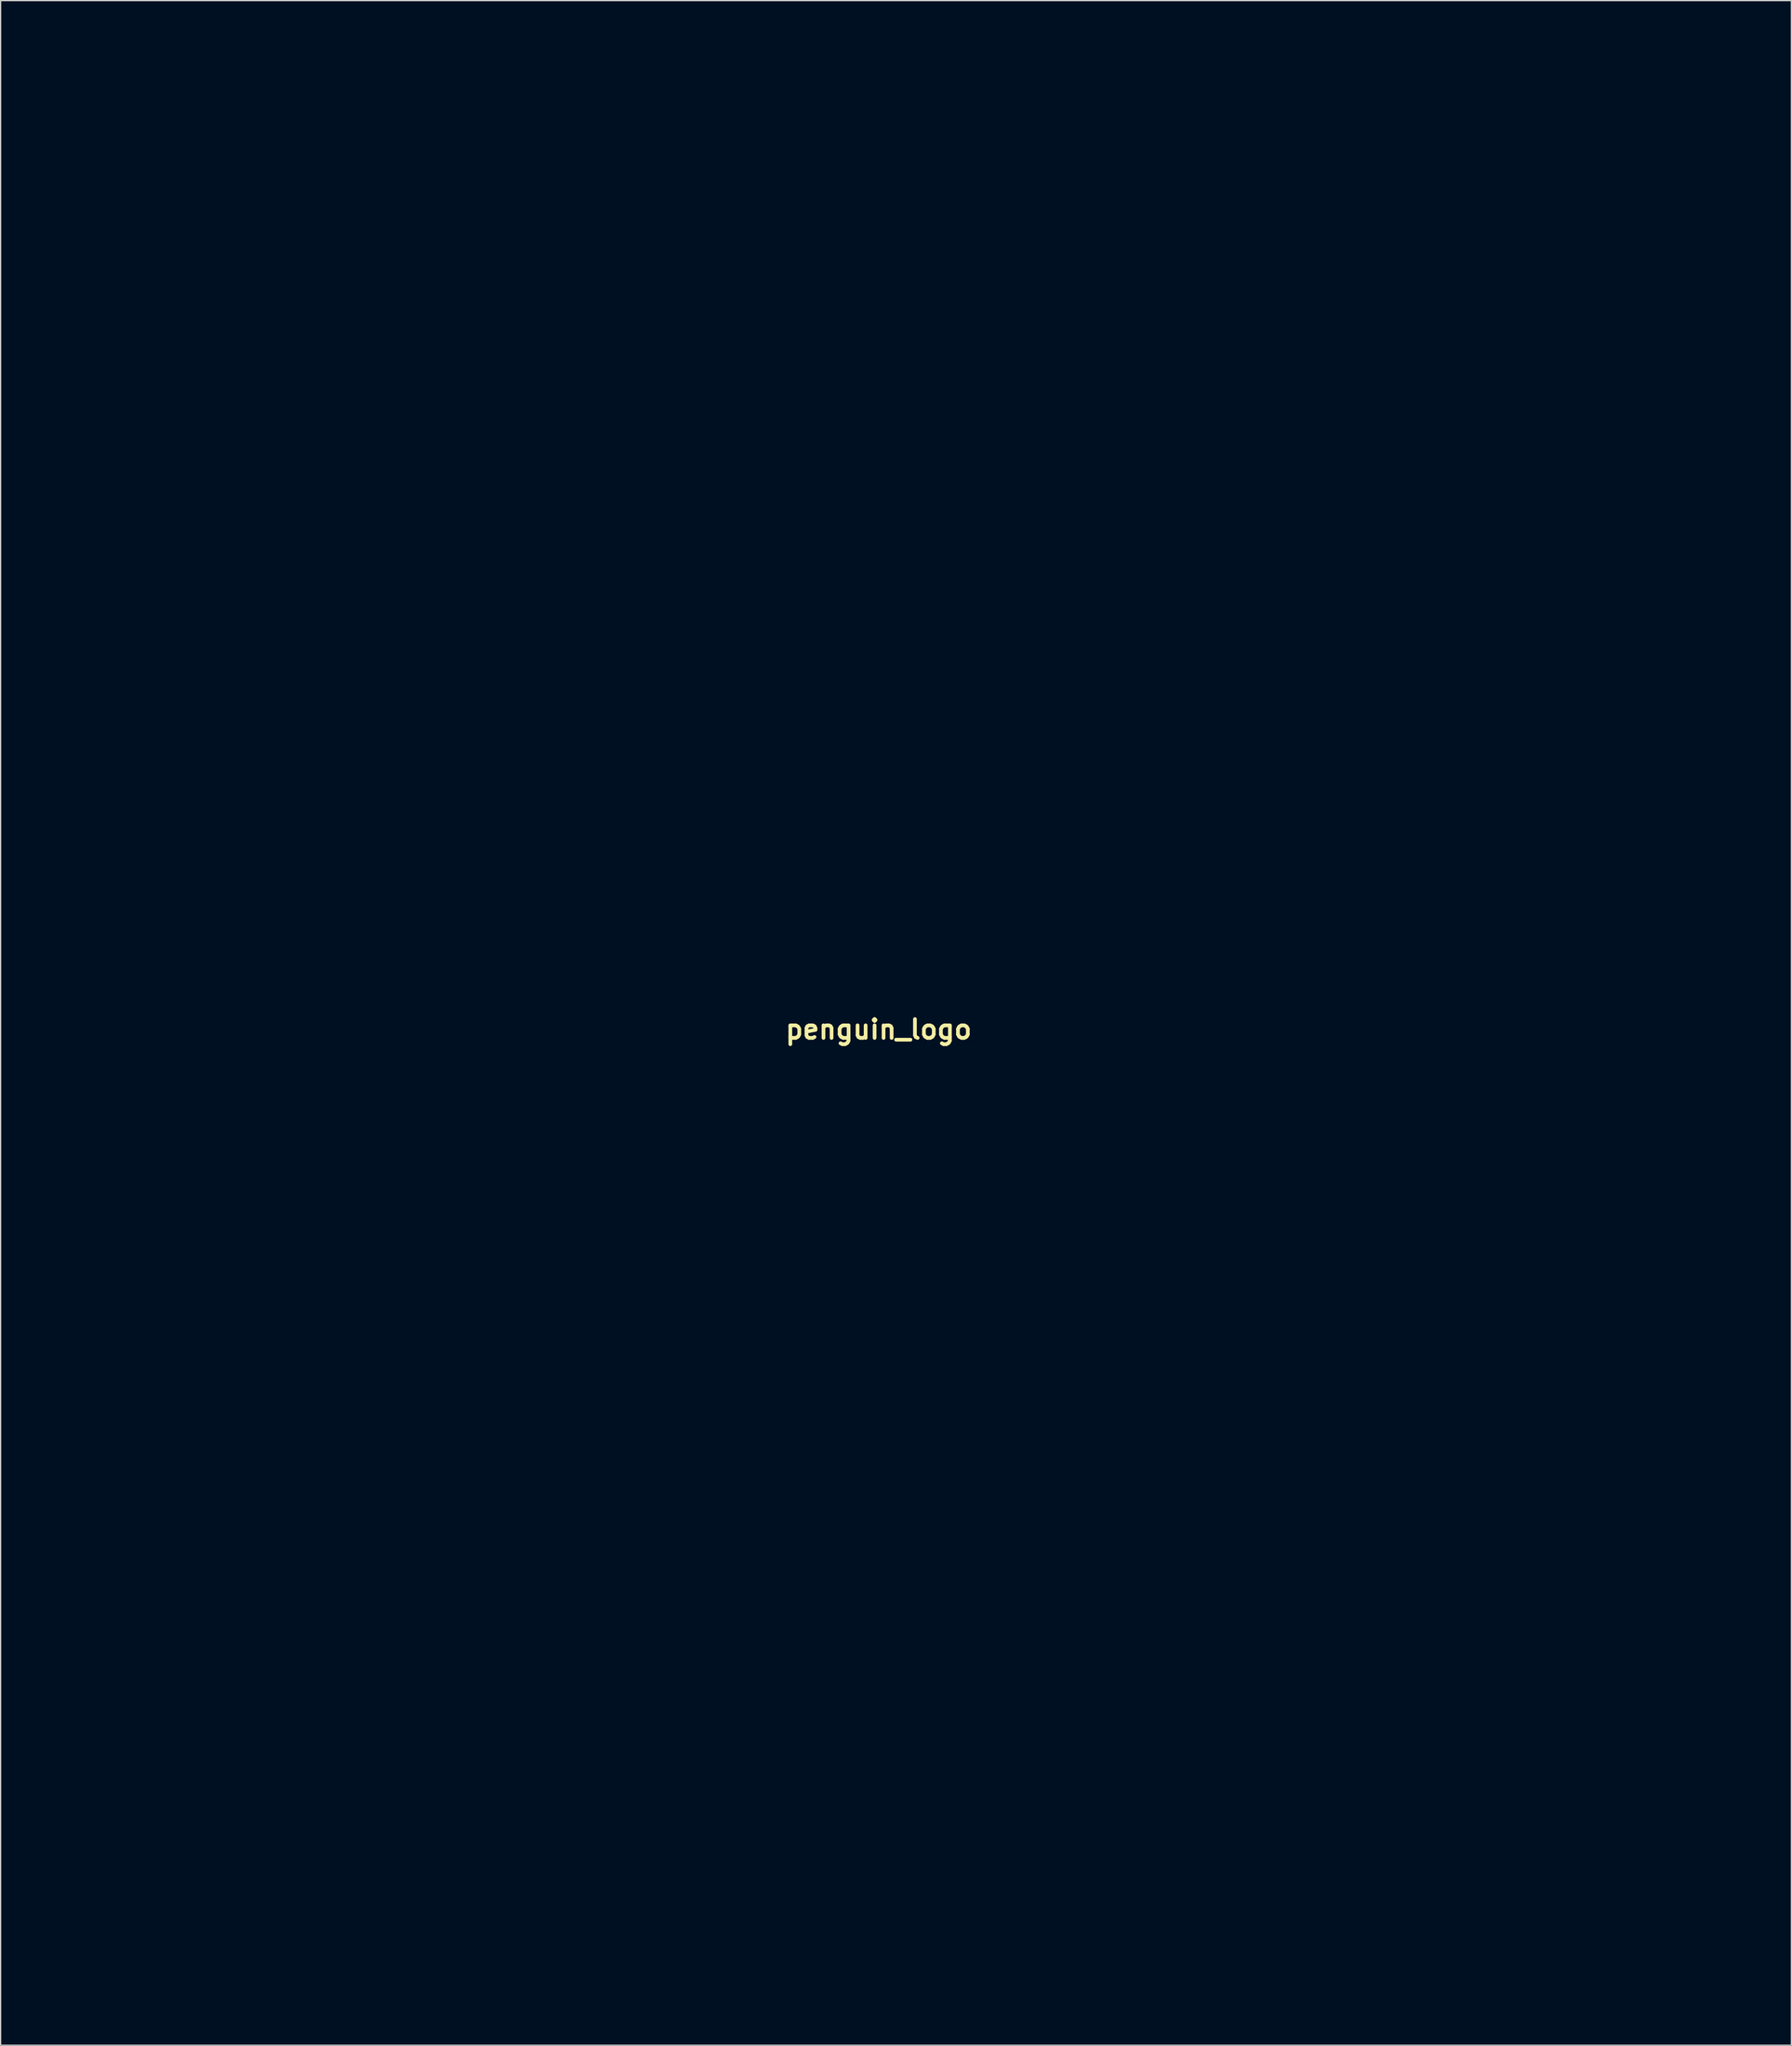
<source format=kicad_pcb>
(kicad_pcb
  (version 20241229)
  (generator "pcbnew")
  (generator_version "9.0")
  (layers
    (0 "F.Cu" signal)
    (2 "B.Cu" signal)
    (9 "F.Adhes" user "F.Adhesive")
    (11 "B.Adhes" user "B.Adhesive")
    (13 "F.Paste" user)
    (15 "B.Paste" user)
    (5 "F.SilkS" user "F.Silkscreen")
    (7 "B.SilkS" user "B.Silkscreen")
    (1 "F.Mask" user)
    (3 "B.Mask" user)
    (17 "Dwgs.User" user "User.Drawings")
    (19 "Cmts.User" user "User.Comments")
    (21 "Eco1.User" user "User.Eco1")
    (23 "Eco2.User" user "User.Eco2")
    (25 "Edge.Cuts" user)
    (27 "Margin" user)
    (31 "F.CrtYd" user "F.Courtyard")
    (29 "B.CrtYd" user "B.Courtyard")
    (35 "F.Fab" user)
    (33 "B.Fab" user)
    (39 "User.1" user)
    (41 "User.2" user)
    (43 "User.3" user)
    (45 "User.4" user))
  (footprint "penguin_logo"
    (layer "F.Cu")
    (at 68.073 80.269)
    (property "Reference" "penguin_logo" (at 0 0 0) (layer "F.SilkS") (effects (font (size 1.524 1.524) (thickness 0.3))))
    (attr through_hole)
    (fp_poly (pts (xy 1.72 -33.001) (xy 3.525 -32.271) (xy 4.666 -31.398) (xy 5.224 -30.496) (xy 5.579 -29.174) (xy 5.701 -27.697) (xy 5.559 -26.329) (xy 5.324 -25.649) (xy 4.26 -24.269) (xy 2.765 -23.361) (xy 0.963 -22.963) (xy -1.022 -23.113) (xy -2.073 -23.415) (xy -3.363 -24.089) (xy -4.156 -25.066) (xy -4.53 -26.475) (xy -4.586 -27.59) (xy -4.433 -29.286) (xy 1.411 -29.286) (xy 1.659 -28.377) (xy 2.269 -27.913) (xy 3.042 -27.991) (xy 3.457 -28.293) (xy 3.857 -29.076) (xy 3.722 -29.86) (xy 3.178 -30.431) (xy 2.355 -30.573) (xy 2.134 -30.521) (xy 1.553 -30.052) (xy 1.411 -29.286) (xy -4.433 -29.286) (xy -4.416 -29.471) (xy -3.855 -30.868) (xy -2.824 -31.927) (xy -2.029 -32.419) (xy -0.157 -33.055) (xy 1.72 -33.001)) (stroke (width 0.01) (type solid)) (fill no) (layer "Eco2.User"))
    (fp_poly (pts (xy -37.528 -35.881) (xy -36.637 -35.473) (xy -35.856 -34.818) (xy -34.728 -33.402) (xy -34.266 -31.948) (xy -34.477 -30.524) (xy -35.18 -29.401) (xy -36.578 -28.267) (xy -38.185 -27.728) (xy -39.848 -27.821) (xy -40.495 -28.045) (xy -41.744 -28.725) (xy -42.48 -29.546) (xy -42.843 -30.72) (xy -42.942 -31.705) (xy -42.944 -31.993) (xy -38.714 -31.993) (xy -38.12 -31.312) (xy -38.022 -31.241) (xy -37.264 -30.785) (xy -36.749 -30.787) (xy -36.185 -31.246) (xy -35.677 -32.158) (xy -35.848 -33.106) (xy -36.282 -33.641) (xy -36.774 -34.004) (xy -37.214 -33.956) (xy -37.869 -33.494) (xy -38.632 -32.696) (xy -38.714 -31.993) (xy -42.944 -31.993) (xy -42.952 -33.03) (xy -42.759 -33.898) (xy -42.418 -34.432) (xy -41.266 -35.418) (xy -39.865 -35.899) (xy -38.677 -35.983) (xy -37.528 -35.881)) (stroke (width 0.01) (type solid)) (fill no) (layer "Eco2.User"))
    (fp_poly (pts (xy -1.508 -80.259) (xy 0.767 -80.232) (xy 2.895 -80.184) (xy 4.752 -80.115) (xy 6.218 -80.025) (xy 7.172 -79.916) (xy 7.442 -79.844) (xy 8.555 -79.378) (xy 9.901 -78.92) (xy 11.218 -78.546) (xy 12.247 -78.337) (xy 12.516 -78.317) (xy 13.28 -78.186) (xy 13.6 -78.019) (xy 14.084 -77.756) (xy 15.032 -77.356) (xy 16.228 -76.908) (xy 18.76 -75.87) (xy 21.458 -74.527) (xy 24.015 -73.041) (xy 25.753 -71.859) (xy 27.393 -70.519) (xy 29.225 -68.823) (xy 31.137 -66.896) (xy 33.013 -64.864) (xy 34.741 -62.852) (xy 36.205 -60.984) (xy 37.293 -59.388) (xy 37.628 -58.792) (xy 38.066 -58) (xy 38.388 -57.527) (xy 38.414 -57.503) (xy 38.825 -56.966) (xy 39.423 -55.941) (xy 40.126 -54.592) (xy 40.852 -53.085) (xy 41.519 -51.583) (xy 42.045 -50.251) (xy 42.101 -50.094) (xy 42.851 -47.402) (xy 43.464 -44.062) (xy 43.935 -40.119) (xy 44.26 -35.62) (xy 44.433 -30.609) (xy 44.462 -27.164) (xy 44.466 -24.309) (xy 44.488 -22.037) (xy 44.541 -20.222) (xy 44.635 -18.743) (xy 44.781 -17.474) (xy 44.99 -16.293) (xy 45.272 -15.076) (xy 45.638 -13.7) (xy 45.646 -13.67) (xy 46.452 -11.24) (xy 47.606 -8.441) (xy 49.019 -5.459) (xy 50.601 -2.479) (xy 52.265 0.315) (xy 52.777 1.106) (xy 53.504 2.231) (xy 54.048 3.126) (xy 54.315 3.634) (xy 54.328 3.683) (xy 54.471 4.201) (xy 54.825 5.029) (xy 55.273 5.933) (xy 55.7 6.684) (xy 55.99 7.048) (xy 56.014 7.056) (xy 56.308 7.347) (xy 56.692 8.062) (xy 56.753 8.202) (xy 57.162 9.144) (xy 57.732 10.415) (xy 58.213 11.465) (xy 59.441 14.553) (xy 60.476 18.003) (xy 61.227 21.48) (xy 61.523 23.636) (xy 61.626 24.582) (xy 61.703 25.15) (xy 61.722 25.224) (xy 61.753 25.554) (xy 61.807 26.454) (xy 61.876 27.79) (xy 61.954 29.428) (xy 61.96 29.561) (xy 62.051 31.387) (xy 62.149 32.656) (xy 62.288 33.517) (xy 62.502 34.116) (xy 62.823 34.604) (xy 63.197 35.029) (xy 64.03 36.031) (xy 64.927 37.245) (xy 65.266 37.747) (xy 66.215 38.908) (xy 67.418 39.998) (xy 67.933 40.36) (xy 69.446 41.692) (xy 70.434 43.385) (xy 70.882 45.314) (xy 70.777 47.352) (xy 70.104 49.374) (xy 69.153 50.886) (xy 67.668 52.415) (xy 65.652 53.976) (xy 63.267 55.469) (xy 60.674 56.794) (xy 58.036 57.852) (xy 57.48 58.035) (xy 56.07 58.492) (xy 54.877 58.9) (xy 54.094 59.195) (xy 53.944 59.263) (xy 53.342 59.452) (xy 52.254 59.689) (xy 50.892 59.93) (xy 50.593 59.976) (xy 49.266 60.2) (xy 48.233 60.42) (xy 47.671 60.595) (xy 47.625 60.628) (xy 47.259 60.957) (xy 46.523 61.537) (xy 46.038 61.902) (xy 45.101 62.617) (xy 44.349 63.231) (xy 44.132 63.428) (xy 42.988 64.396) (xy 41.468 65.493) (xy 39.832 66.544) (xy 38.34 67.375) (xy 37.922 67.573) (xy 36.846 68.109) (xy 36.039 68.622) (xy 35.745 68.906) (xy 35.401 69.355) (xy 34.685 70.197) (xy 33.705 71.308) (xy 32.674 72.449) (xy 31.295 73.909) (xy 30.152 74.967) (xy 29.049 75.781) (xy 27.788 76.504) (xy 27.03 76.884) (xy 24.845 77.88) (xy 22.991 78.548) (xy 21.209 78.953) (xy 19.247 79.162) (xy 17.992 79.217) (xy 15.991 79.202) (xy 14.464 79.007) (xy 13.406 78.691) (xy 12.32 78.265) (xy 11.431 77.905) (xy 11.187 77.802) (xy 10.671 77.736) (xy 9.553 77.699) (xy 7.94 77.69) (xy 5.934 77.709) (xy 3.64 77.757) (xy 1.839 77.809) (xy -0.581 77.883) (xy -2.771 77.941) (xy -4.632 77.981) (xy -6.062 78.001) (xy -6.964 78) (xy -7.232 77.983) (xy -7.747 77.91) (xy -8.742 77.826) (xy -9.878 77.756) (xy -12.595 77.576) (xy -14.837 77.342) (xy -16.512 77.066) (xy -17.11 76.915) (xy -21.754 75.463) (xy -25.72 74.13) (xy -29.025 72.91) (xy -31.685 71.795) (xy -33.717 70.779) (xy -35.136 69.856) (xy -35.496 69.549) (xy -36.076 69.093) (xy -36.481 69.128) (xy -36.787 69.393) (xy -37.837 70.03) (xy -39.395 70.454) (xy -41.294 70.654) (xy -43.366 70.623) (xy -45.444 70.349) (xy -46.919 69.975) (xy -48.187 69.513) (xy -49.749 68.857) (xy -51.481 68.07) (xy -53.259 67.213) (xy -54.958 66.35) (xy -56.454 65.542) (xy -57.624 64.853) (xy -58.342 64.344) (xy -58.502 64.156) (xy -58.908 63.875) (xy -59.092 63.853) (xy -59.58 63.601) (xy -60.395 62.931) (xy -61.42 61.967) (xy -62.533 60.835) (xy -63.616 59.66) (xy -64.547 58.569) (xy -65.207 57.686) (xy -65.472 57.169) (xy -65.748 56.221) (xy -65.991 55.655) (xy -66.155 55.04) (xy -62.546 55.04) (xy -62.035 56.271) (xy -60.941 57.65) (xy -59.707 58.831) (xy -56.327 61.5) (xy -52.765 63.647) (xy -49.212 65.253) (xy -48.435 65.561) (xy -47.381 65.978) (xy -47.096 66.09) (xy -45.981 66.483) (xy -44.984 66.756) (xy -44.803 66.79) (xy -43.802 66.898) (xy -42.562 66.96) (xy -41.296 66.976) (xy -40.215 66.944) (xy -39.533 66.864) (xy -39.415 66.814) (xy -39.556 66.495) (xy -40.103 65.817) (xy -40.945 64.897) (xy -41.967 63.854) (xy -43.058 62.807) (xy -44.103 61.877) (xy -45.997 60.065) (xy -48.034 57.753) (xy -50.099 55.096) (xy -52.075 52.25) (xy -53.848 49.371) (xy -55.03 47.171) (xy -55.569 46.418) (xy -56.076 46.269) (xy -56.511 46.624) (xy -56.835 47.381) (xy -57.009 48.439) (xy -56.993 49.697) (xy -56.747 51.055) (xy -56.661 51.35) (xy -56.339 52.942) (xy -56.513 54.039) (xy -57.156 54.622) (xy -58.245 54.671) (xy -59.752 54.168) (xy -60.149 53.975) (xy -61.308 53.446) (xy -62.015 53.312) (xy -62.396 53.569) (xy -62.516 53.887) (xy -62.546 55.04) (xy -66.155 55.04) (xy -66.278 54.579) (xy -66.275 53.165) (xy -65.999 51.715) (xy -65.714 50.96) (xy -65.325 50.221) (xy -64.92 49.857) (xy -64.261 49.757) (xy -63.248 49.802) (xy -62.04 49.818) (xy -61.372 49.591) (xy -61.087 48.993) (xy -61.031 47.998) (xy -60.783 46.976) (xy -60.13 45.722) (xy -59.207 44.456) (xy -58.278 43.507) (xy -57.749 43.011) (xy -57.568 42.577) (xy -57.7 41.942) (xy -57.974 41.202) (xy -58.333 40.11) (xy -58.51 39.321) (xy -54.39 39.321) (xy -54.13 40.376) (xy -54.096 40.481) (xy -53.585 41.94) (xy -52.979 43.487) (xy -52.349 44.959) (xy -51.768 46.194) (xy -51.306 47.028) (xy -51.112 47.272) (xy -50.846 47.716) (xy -50.647 48.242) (xy -50.334 48.858) (xy -50.071 49.036) (xy -49.755 49.309) (xy -49.742 49.417) (xy -49.504 50.117) (xy -48.839 51.223) (xy -47.818 52.639) (xy -46.515 54.274) (xy -45.002 56.035) (xy -43.35 57.828) (xy -42.673 58.527) (xy -41.061 60.068) (xy -39.193 61.697) (xy -37.22 63.296) (xy -35.296 64.745) (xy -33.572 65.924) (xy -32.279 66.675) (xy -31.847 66.941) (xy -30.984 67.508) (xy -29.84 68.275) (xy -29.208 68.703) (xy -27.988 69.513) (xy -26.975 70.143) (xy -26.318 70.504) (xy -26.166 70.556) (xy -25.691 70.716) (xy -24.843 71.124) (xy -24.298 71.417) (xy -22.983 72.043) (xy -21.568 72.562) (xy -21.167 72.674) (xy -19.903 72.991) (xy -18.379 73.376) (xy -17.462 73.608) (xy -15.949 73.963) (xy -14.379 74.286) (xy -13.582 74.427) (xy -12.817 74.493) (xy -11.519 74.545) (xy -9.799 74.583) (xy -7.767 74.607) (xy -5.533 74.619) (xy -3.208 74.617) (xy -0.9 74.604) (xy 1.279 74.579) (xy 3.221 74.542) (xy 4.814 74.495) (xy 5.948 74.437) (xy 6.514 74.368) (xy 6.554 74.35) (xy 6.474 73.993) (xy 6.139 73.197) (xy 5.636 72.139) (xy 5.052 70.995) (xy 4.478 69.942) (xy 4 69.156) (xy 3.859 68.959) (xy 3.36 68.012) (xy 2.93 66.658) (xy 2.642 65.197) (xy 2.626 64.933) (xy 5.979 64.933) (xy 6.091 65.78) (xy 6.601 66.89) (xy 7.442 68.304) (xy 8.469 69.811) (xy 9.535 71.194) (xy 10.462 72.208) (xy 11.173 72.988) (xy 11.593 73.65) (xy 11.642 73.842) (xy 11.933 74.368) (xy 12.259 74.548) (xy 12.992 74.797) (xy 13.996 75.157) (xy 14.173 75.223) (xy 15.828 75.612) (xy 17.833 75.761) (xy 19.872 75.666) (xy 21.631 75.325) (xy 21.776 75.279) (xy 23.765 74.568) (xy 25.348 73.868) (xy 26.709 73.059) (xy 28.03 72.022) (xy 29.496 70.635) (xy 30.601 69.502) (xy 31.684 68.333) (xy 32.347 67.485) (xy 32.687 66.797) (xy 32.801 66.111) (xy 32.806 65.888) (xy 32.957 64.874) (xy 33.469 63.793) (xy 34.22 62.713) (xy 35.631 60.854) (xy 34.741 60.742) (xy 33.858 60.851) (xy 32.835 61.264) (xy 32.671 61.359) (xy 31.761 61.835) (xy 31.019 62.08) (xy 30.915 62.089) (xy 30.071 61.775) (xy 29.36 60.983) (xy 28.961 59.941) (xy 28.928 59.556) (xy 28.671 58.435) (xy 28.003 57.118) (xy 27.076 55.833) (xy 26.042 54.808) (xy 25.527 54.462) (xy 24.652 54.08) (xy 23.912 54.102) (xy 23.311 54.317) (xy 22.249 54.993) (xy 21.055 56.117) (xy 19.9 57.498) (xy 18.953 58.947) (xy 18.662 59.52) (xy 17.875 60.738) (xy 16.94 61.271) (xy 15.868 61.115) (xy 15.405 60.861) (xy 14.615 60.101) (xy 14.154 59.332) (xy 13.383 57.947) (xy 12.362 56.992) (xy 11.227 56.567) (xy 10.482 56.626) (xy 8.961 57.221) (xy 7.768 58.011) (xy 7.087 58.871) (xy 7.076 58.899) (xy 6.621 60.319) (xy 6.265 61.948) (xy 6.04 63.56) (xy 5.979 64.933) (xy 2.626 64.933) (xy 2.568 63.928) (xy 2.586 63.713) (xy 3.004 60.98) (xy 3.532 58.84) (xy 4.233 57.181) (xy 5.164 55.894) (xy 6.386 54.866) (xy 7.761 54.082) (xy 8.997 53.518) (xy 10.066 53.109) (xy 10.744 52.939) (xy 10.76 52.939) (xy 11.674 53.117) (xy 12.883 53.592) (xy 14.129 54.236) (xy 15.151 54.917) (xy 15.618 55.378) (xy 15.946 55.798) (xy 16.231 55.864) (xy 16.626 55.508) (xy 17.284 54.66) (xy 17.322 54.611) (xy 18.492 53.279) (xy 19.774 52.178) (xy 21.002 51.429) (xy 22.012 51.153) (xy 22.422 51.109) (xy 22.689 50.886) (xy 22.861 50.344) (xy 22.992 49.343) (xy 23.093 48.197) (xy 23.182 46.556) (xy 23.188 44.941) (xy 23.114 43.665) (xy 23.095 43.523) (xy 22.892 42.286) (xy 22.615 40.85) (xy 22.306 39.405) (xy 22.008 38.144) (xy 21.763 37.256) (xy 21.649 36.966) (xy 21.331 37.026) (xy 20.719 37.498) (xy 20.351 37.857) (xy 19.559 38.59) (xy 18.387 39.563) (xy 17.035 40.612) (xy 16.404 41.078) (xy 15.021 42.11) (xy 13.708 43.135) (xy 12.67 43.993) (xy 12.347 44.282) (xy 10.856 45.507) (xy 9.116 46.68) (xy 7.36 47.659) (xy 5.823 48.302) (xy 5.587 48.372) (xy 3.758 48.745) (xy 1.835 48.94) (xy 0.02 48.952) (xy -1.487 48.781) (xy -2.363 48.493) (xy -2.903 48.159) (xy -3.358 47.73) (xy -3.797 47.088) (xy -4.291 46.114) (xy -4.912 44.691) (xy -5.52 43.215) (xy -5.933 42.153) (xy -6.214 41.235) (xy -6.389 40.282) (xy -6.483 39.117) (xy -6.52 37.561) (xy -6.525 35.983) (xy -6.501 33.772) (xy -6.409 32.069) (xy -6.218 30.678) (xy -5.895 29.404) (xy -5.409 28.051) (xy -5.118 27.34) (xy -4.775 26.52) (xy -4.257 25.281) (xy -3.66 23.855) (xy -3.495 23.46) (xy -2.905 22.118) (xy -2.361 21) (xy -1.955 20.289) (xy -1.863 20.171) (xy -1.478 19.655) (xy -1.411 19.458) (xy -1.191 19.088) (xy -0.616 18.369) (xy 0.088 17.569) (xy 1.188 16.338) (xy 2.352 14.996) (xy 2.932 14.309) (xy 3.743 13.441) (xy 4.795 12.459) (xy 5.937 11.487) (xy 7.018 10.649) (xy 7.886 10.068) (xy 8.363 9.868) (xy 8.785 9.655) (xy 9.511 9.132) (xy 9.814 8.887) (xy 10.986 7.915) (xy 9.462 5.987) (xy 8.104 4.338) (xy 6.886 3.041) (xy 5.569 1.853) (xy 4.662 1.117) (xy 3.717 0.225) (xy 3.22 -0.558) (xy 3.175 -0.796) (xy 3.491 -1.816) (xy 4.31 -2.55) (xy 5.404 -2.822) (xy 7.557 -3.094) (xy 10.062 -3.888) (xy 12.834 -5.169) (xy 15.79 -6.906) (xy 15.875 -6.961) (xy 18.497 -8.821) (xy 20.537 -10.653) (xy 22.099 -12.589) (xy 23.29 -14.761) (xy 24.213 -17.299) (xy 24.261 -17.462) (xy 24.949 -19.959) (xy 25.395 -21.956) (xy 25.617 -23.606) (xy 25.635 -25.066) (xy 25.468 -26.489) (xy 25.418 -26.763) (xy 25.126 -28.055) (xy 24.707 -29.617) (xy 24.212 -31.287) (xy 23.693 -32.903) (xy 23.202 -34.304) (xy 22.79 -35.327) (xy 22.533 -35.789) (xy 22.244 -36.43) (xy 22.225 -36.625) (xy 22.018 -37.298) (xy 21.47 -38.341) (xy 20.692 -39.584) (xy 19.795 -40.855) (xy 18.889 -41.983) (xy 18.449 -42.459) (xy 16.488 -44.121) (xy 14.187 -45.557) (xy 11.738 -46.678) (xy 9.332 -47.397) (xy 7.336 -47.625) (xy 6.012 -47.544) (xy 4.558 -47.333) (xy 3.214 -47.04) (xy 2.22 -46.711) (xy 1.94 -46.556) (xy 1.372 -46.307) (xy 0.472 -46.057) (xy 0.404 -46.042) (xy -1.316 -45.447) (xy -3.159 -44.436) (xy -4.95 -43.143) (xy -6.519 -41.703) (xy -7.693 -40.249) (xy -8.152 -39.389) (xy -8.651 -38.319) (xy -9.279 -37.171) (xy -9.357 -37.042) (xy -10.038 -35.726) (xy -10.648 -34.191) (xy -11.095 -32.703) (xy -11.287 -31.531) (xy -11.289 -31.445) (xy -11.052 -30.515) (xy -10.618 -29.832) (xy -9.333 -27.957) (xy -8.611 -25.827) (xy -8.456 -23.595) (xy -8.873 -21.411) (xy -9.865 -19.426) (xy -10.326 -18.833) (xy -11.409 -17.925) (xy -12.993 -17.026) (xy -14.878 -16.211) (xy -16.862 -15.555) (xy -18.745 -15.134) (xy -20.324 -15.023) (xy -20.461 -15.032) (xy -24.162 -15.589) (xy -27.348 -16.605) (xy -30.056 -18.095) (xy -32.281 -20.033) (xy -32.532 -20.369) (xy -26.754 -20.369) (xy -26.536 -20.031) (xy -25.858 -19.532) (xy -25.125 -19.246) (xy -23.473 -18.852) (xy -22.301 -18.602) (xy -21.408 -18.463) (xy -20.592 -18.399) (xy -20.21 -18.385) (xy -18.999 -18.495) (xy -17.576 -18.821) (xy -16.858 -19.06) (xy -15.209 -19.721) (xy -14.164 -20.214) (xy -13.653 -20.579) (xy -13.602 -20.846) (xy -14.021 -20.95) (xy -14.736 -20.809) (xy -16.496 -20.386) (xy -18.65 -20.094) (xy -20.957 -19.946) (xy -23.176 -19.953) (xy -25.065 -20.128) (xy -25.753 -20.266) (xy -26.533 -20.437) (xy -26.754 -20.369) (xy -32.532 -20.369) (xy -32.993 -20.983) (xy -33.725 -22.246) (xy -34.366 -23.589) (xy -34.801 -24.779) (xy -34.893 -25.292) (xy -31.875 -25.292) (xy -30.927 -24.536) (xy -29.708 -23.834) (xy -27.885 -23.159) (xy -25.576 -22.553) (xy -23.459 -22.284) (xy -20.942 -22.285) (xy -18.271 -22.543) (xy -15.692 -23.045) (xy -15.546 -23.082) (xy -14.097 -23.482) (xy -12.906 -23.85) (xy -12.14 -24.134) (xy -11.958 -24.237) (xy -11.808 -24.844) (xy -12.056 -25.803) (xy -12.64 -26.931) (xy -13.053 -27.517) (xy -13.652 -28.297) (xy -14.056 -28.834) (xy -14.111 -28.91) (xy -14.499 -29.18) (xy -15.343 -29.642) (xy -16.404 -30.167) (xy -17.495 -30.646) (xy -18.468 -30.947) (xy -19.553 -31.111) (xy -20.981 -31.182) (xy -22.049 -31.196) (xy -24.419 -31.111) (xy -26.282 -30.759) (xy -27.811 -30.047) (xy -29.181 -28.886) (xy -30.565 -27.184) (xy -31.051 -26.493) (xy -31.875 -25.292) (xy -34.893 -25.292) (xy -34.925 -25.469) (xy -34.71 -26.36) (xy -34.143 -27.584) (xy -33.339 -28.949) (xy -32.413 -30.259) (xy -31.48 -31.322) (xy -31.402 -31.397) (xy -30.664 -32.161) (xy -30.234 -32.882) (xy -29.993 -33.828) (xy -29.859 -34.933) (xy -29.84 -37.47) (xy -30.179 -39.339) (xy -30.982 -41.873) (xy -31.947 -43.816) (xy -33.145 -45.276) (xy -34.648 -46.361) (xy -34.866 -46.478) (xy -35.927 -46.788) (xy -37.364 -46.911) (xy -38.89 -46.853) (xy -40.217 -46.619) (xy -40.868 -46.357) (xy -41.883 -45.458) (xy -42.945 -44.019) (xy -43.964 -42.193) (xy -44.852 -40.132) (xy -45.349 -38.629) (xy -45.708 -37.458) (xy -46.024 -36.552) (xy -46.202 -36.16) (xy -46.577 -35.389) (xy -47.041 -34.095) (xy -47.541 -32.445) (xy -48.023 -30.606) (xy -48.187 -29.91) (xy -48.49 -28.508) (xy -48.623 -27.533) (xy -48.585 -26.728) (xy -48.375 -25.836) (xy -48.164 -25.148) (xy -47.595 -23.478) (xy -47.03 -22.061) (xy -46.53 -21.034) (xy -46.154 -20.535) (xy -46.126 -20.52) (xy -45.863 -20.117) (xy -45.861 -20.074) (xy -45.634 -19.625) (xy -44.989 -18.723) (xy -43.981 -17.44) (xy -42.665 -15.846) (xy -42.091 -15.169) (xy -40.317 -13.074) (xy -38.961 -11.43) (xy -37.976 -10.159) (xy -37.312 -9.184) (xy -36.92 -8.429) (xy -36.75 -7.817) (xy -36.753 -7.271) (xy -36.82 -6.932) (xy -37.177 -6.217) (xy -37.9 -5.999) (xy -38.023 -5.997) (xy -38.56 -6.049) (xy -39.029 -6.28) (xy -39.565 -6.809) (xy -40.304 -7.751) (xy -40.736 -8.336) (xy -40.976 -8.598) (xy -41.273 -8.663) (xy -41.741 -8.478) (xy -42.493 -7.988) (xy -43.644 -7.142) (xy -44.227 -6.703) (xy -45.658 -5.488) (xy -47.072 -4.054) (xy -48.396 -2.503) (xy -49.558 -0.94) (xy -50.484 0.532) (xy -51.103 1.808) (xy -51.342 2.785) (xy -51.21 3.283) (xy -50.918 3.904) (xy -50.653 4.896) (xy -50.593 5.229) (xy -50.379 6.191) (xy -50.13 6.816) (xy -50.048 6.908) (xy -49.794 7.378) (xy -49.742 7.801) (xy -49.599 8.524) (xy -49.235 9.572) (xy -48.984 10.162) (xy -48.225 12.048) (xy -47.489 14.365) (xy -46.767 17.11) (xy -46.451 18.282) (xy -46.137 19.26) (xy -46.01 19.579) (xy -45.911 20.136) (xy -45.825 21.28) (xy -45.755 22.893) (xy -45.707 24.856) (xy -45.685 27.052) (xy -45.685 27.517) (xy -45.702 30.404) (xy -45.767 32.693) (xy -45.895 34.489) (xy -46.103 35.898) (xy -46.409 37.026) (xy -46.829 37.98) (xy -47.381 38.866) (xy -47.527 39.07) (xy -48.146 39.79) (xy -48.801 40.124) (xy -49.8 40.213) (xy -50.024 40.214) (xy -51.723 39.975) (xy -52.74 39.511) (xy -53.744 38.924) (xy -54.278 38.849) (xy -54.39 39.321) (xy -58.51 39.321) (xy -58.541 39.184) (xy -58.561 38.941) (xy -58.678 38.224) (xy -58.826 37.953) (xy -59.047 37.639) (xy -59.165 37.103) (xy -59.223 36.514) (xy -59.472 35.963) (xy -60.06 35.139) (xy -60.501 34.619) (xy -61.199 33.806) (xy -61.647 33.207) (xy -61.736 33.023) (xy -61.914 32.613) (xy -62.362 31.85) (xy -62.601 31.478) (xy -63.163 30.495) (xy -63.839 29.131) (xy -64.491 27.664) (xy -64.552 27.517) (xy -65.099 26.206) (xy -65.571 25.108) (xy -65.883 24.421) (xy -65.924 24.342) (xy -66.44 23.096) (xy -66.955 21.366) (xy -67.422 19.374) (xy -67.792 17.339) (xy -68.019 15.483) (xy -68.068 14.358) (xy -67.96 13.2) (xy -64.335 13.2) (xy -64.317 14.955) (xy -64.232 16.598) (xy -64.095 17.909) (xy -63.974 18.521) (xy -63.646 19.667) (xy -63.241 21.106) (xy -62.979 22.049) (xy -62.612 23.299) (xy -62.221 24.434) (xy -61.729 25.644) (xy -61.059 27.119) (xy -60.252 28.809) (xy -59.217 30.713) (xy -58.291 31.922) (xy -57.475 32.436) (xy -57.297 32.456) (xy -56.7 32.681) (xy -55.93 33.234) (xy -55.815 33.337) (xy -55.097 33.923) (xy -54.563 34.223) (xy -54.508 34.232) (xy -54.025 34.447) (xy -53.278 34.964) (xy -53.093 35.112) (xy -52.006 35.816) (xy -51.147 35.908) (xy -50.411 35.398) (xy -50.384 35.366) (xy -49.816 34.303) (xy -49.397 32.712) (xy -49.152 30.76) (xy -49.111 28.614) (xy -49.151 27.823) (xy -49.509 23.81) (xy -49.968 20.491) (xy -50.529 17.859) (xy -51.133 16.051) (xy -51.383 15.417) (xy -51.8 14.309) (xy -52.312 12.922) (xy -52.569 12.219) (xy -53.126 10.728) (xy -53.653 9.393) (xy -54.066 8.421) (xy -54.191 8.162) (xy -54.55 7.273) (xy -54.678 6.615) (xy -54.834 6.091) (xy -55.006 5.997) (xy -55.323 5.698) (xy -55.67 4.965) (xy -55.711 4.847) (xy -55.903 3.756) (xy -55.742 2.548) (xy -55.191 1.08) (xy -54.293 -0.65) (xy -53.543 -1.791) (xy -52.449 -3.211) (xy -51.128 -4.783) (xy -49.694 -6.381) (xy -48.265 -7.879) (xy -46.954 -9.151) (xy -45.878 -10.069) (xy -45.357 -10.418) (xy -44.627 -10.816) (xy -44.157 -11.161) (xy -43.975 -11.552) (xy -44.108 -12.088) (xy -44.587 -12.867) (xy -45.439 -13.989) (xy -46.692 -15.553) (xy -46.919 -15.835) (xy -48.507 -17.808) (xy -48.74 -16.048) (xy -48.955 -14.775) (xy -49.281 -13.577) (xy -49.782 -12.293) (xy -50.524 -10.763) (xy -51.569 -8.825) (xy -51.781 -8.446) (xy -52.65 -6.924) (xy -53.41 -5.701) (xy -54.192 -4.599) (xy -55.128 -3.441) (xy -56.347 -2.048) (xy -57.181 -1.124) (xy -57.926 -0.254) (xy -58.427 0.423) (xy -58.561 0.699) (xy -58.826 1.1) (xy -58.863 1.117) (xy -59.168 1.435) (xy -59.74 2.171) (xy -60.46 3.158) (xy -61.208 4.225) (xy -61.866 5.204) (xy -62.314 5.925) (xy -62.442 6.203) (xy -62.614 6.569) (xy -63.052 7.322) (xy -63.365 7.827) (xy -63.777 8.538) (xy -64.047 9.228) (xy -64.209 10.074) (xy -64.293 11.25) (xy -64.332 12.934) (xy -64.335 13.2) (xy -67.96 13.2) (xy -67.717 10.569) (xy -66.73 6.964) (xy -65.089 3.499) (xy -62.774 0.133) (xy -60.852 -2.074) (xy -59.791 -3.252) (xy -58.514 -4.75) (xy -57.228 -6.323) (xy -56.65 -7.056) (xy -55.669 -8.319) (xy -54.836 -9.391) (xy -54.255 -10.138) (xy -54.044 -10.407) (xy -53.743 -10.905) (xy -53.267 -11.809) (xy -52.913 -12.524) (xy -52.503 -13.601) (xy -52.174 -14.888) (xy -51.947 -16.212) (xy -51.843 -17.402) (xy -51.884 -18.285) (xy -52.091 -18.689) (xy -52.141 -18.697) (xy -52.459 -19.025) (xy -52.792 -19.912) (xy -53.107 -21.215) (xy -53.366 -22.79) (xy -53.522 -24.304) (xy -53.51 -26.284) (xy -53.159 -28.353) (xy -52.432 -30.658) (xy -51.293 -33.343) (xy -51.151 -33.645) (xy -50.422 -35.396) (xy -49.748 -37.359) (xy -49.264 -39.143) (xy -49.223 -39.335) (xy -48.918 -40.725) (xy -48.625 -41.885) (xy -48.397 -42.61) (xy -48.357 -42.698) (xy -48.086 -43.406) (xy -47.821 -44.392) (xy -47.806 -44.462) (xy -47.561 -45.384) (xy -47.313 -46.003) (xy -47.29 -46.038) (xy -47.062 -46.529) (xy -46.699 -47.494) (xy -46.275 -48.733) (xy -46.233 -48.86) (xy -45.87 -49.909) (xy -41.981 -49.909) (xy -41.691 -49.817) (xy -40.988 -49.911) (xy -40.12 -50.136) (xy -39.338 -50.435) (xy -39.116 -50.556) (xy -38.38 -50.703) (xy -37.199 -50.614) (xy -35.775 -50.33) (xy -34.313 -49.891) (xy -33.1 -49.379) (xy -31.502 -48.424) (xy -30.257 -47.281) (xy -29.301 -46.038) (xy -28.509 -44.638) (xy -27.759 -42.865) (xy -27.102 -40.903) (xy -26.591 -38.937) (xy -26.278 -37.153) (xy -26.216 -35.737) (xy -26.273 -35.318) (xy -26.494 -34.314) (xy -24.635 -34.796) (xy -22.556 -35.2) (xy -20.815 -35.206) (xy -19.172 -34.812) (xy -19.145 -34.803) (xy -17.963 -34.384) (xy -16.852 -33.997) (xy -16.757 -33.964) (xy -15.814 -33.627) (xy -15.128 -33.361) (xy -14.746 -33.362) (xy -14.404 -33.806) (xy -14.02 -34.809) (xy -13.96 -34.994) (xy -13.491 -36.203) (xy -12.786 -37.724) (xy -11.979 -39.269) (xy -11.797 -39.591) (xy -11.097 -40.843) (xy -10.559 -41.874) (xy -10.263 -42.525) (xy -10.231 -42.648) (xy -9.985 -43.024) (xy -9.334 -43.729) (xy -8.402 -44.631) (xy -8.099 -44.909) (xy -6.101 -46.471) (xy -3.78 -47.892) (xy -1.388 -49.038) (xy 0.825 -49.77) (xy 0.882 -49.784) (xy 2.095 -50.102) (xy 3.149 -50.443) (xy 3.493 -50.583) (xy 4.209 -50.749) (xy 5.446 -50.87) (xy 7.021 -50.934) (xy 8.079 -50.938) (xy 10.094 -50.877) (xy 11.618 -50.725) (xy 12.864 -50.45) (xy 13.724 -50.155) (xy 16.631 -48.665) (xy 19.363 -46.569) (xy 21.811 -43.965) (xy 23.46 -41.629) (xy 24.132 -40.527) (xy 24.657 -39.611) (xy 25.101 -38.732) (xy 25.526 -37.744) (xy 25.998 -36.501) (xy 26.58 -34.854) (xy 27.173 -33.134) (xy 27.827 -31.167) (xy 28.27 -29.628) (xy 28.548 -28.288) (xy 28.707 -26.918) (xy 28.793 -25.289) (xy 28.8 -25.08) (xy 28.822 -23.516) (xy 28.783 -22.203) (xy 28.693 -21.31) (xy 28.602 -21.023) (xy 28.306 -20.499) (xy 28.282 -20.368) (xy 28.056 -18.547) (xy 27.429 -16.389) (xy 26.482 -14.07) (xy 25.296 -11.769) (xy 23.95 -9.664) (xy 22.783 -8.207) (xy 22.003 -7.446) (xy 20.914 -6.509) (xy 19.655 -5.5) (xy 18.363 -4.523) (xy 17.177 -3.682) (xy 16.235 -3.081) (xy 15.675 -2.825) (xy 15.643 -2.822) (xy 15.29 -2.652) (xy 14.559 -2.223) (xy 14.192 -1.995) (xy 13.051 -1.386) (xy 11.662 -0.786) (xy 11.024 -0.556) (xy 10.008 -0.175) (xy 9.335 0.162) (xy 9.172 0.326) (xy 9.407 0.738) (xy 9.899 1.254) (xy 10.452 1.847) (xy 11.26 2.824) (xy 12.169 3.995) (xy 12.366 4.259) (xy 14.106 6.606) (xy 15.535 6.225) (xy 16.868 6.036) (xy 17.714 6.339) (xy 18.118 7.158) (xy 18.168 7.788) (xy 18.118 8.497) (xy 17.853 8.923) (xy 17.198 9.23) (xy 16.404 9.467) (xy 15.024 9.997) (xy 13.29 10.872) (xy 11.385 11.978) (xy 9.491 13.201) (xy 7.792 14.427) (xy 6.471 15.543) (xy 6.179 15.834) (xy 4.415 17.726) (xy 3.07 19.24) (xy 2.055 20.486) (xy 1.282 21.577) (xy 0.661 22.624) (xy 0.413 23.102) (xy -1.084 26.269) (xy -2.177 29.034) (xy -2.909 31.535) (xy -3.327 33.915) (xy -3.442 35.278) (xy -3.493 36.828) (xy -3.428 38.054) (xy -3.202 39.242) (xy -2.773 40.677) (xy -2.514 41.444) (xy -1.802 43.328) (xy -1.127 44.608) (xy -0.404 45.376) (xy 0.455 45.722) (xy 1.537 45.738) (xy 1.587 45.733) (xy 4.551 45.16) (xy 7.038 44.119) (xy 7.512 43.831) (xy 8.402 43.239) (xy 9.022 42.8) (xy 9.172 42.675) (xy 9.631 42.248) (xy 10.488 41.512) (xy 11.583 40.598) (xy 12.762 39.633) (xy 13.866 38.746) (xy 14.739 38.066) (xy 15.18 37.747) (xy 15.931 37.192) (xy 16.988 36.317) (xy 18.153 35.298) (xy 19.228 34.307) (xy 20.015 33.519) (xy 20.097 33.428) (xy 20.648 32.932) (xy 21.594 32.199) (xy 22.737 31.381) (xy 22.839 31.312) (xy 24.282 30.326) (xy 25.945 29.187) (xy 27.461 28.147) (xy 29.469 26.916) (xy 31.218 26.142) (xy 32.654 25.83) (xy 33.722 25.99) (xy 34.365 26.629) (xy 34.511 27.131) (xy 34.397 28.07) (xy 33.7 28.774) (xy 32.368 29.294) (xy 32.23 29.33) (xy 31.309 29.613) (xy 30.759 29.88) (xy 30.692 29.971) (xy 30.408 30.289) (xy 29.834 30.616) (xy 29.138 31.022) (xy 28.105 31.726) (xy 26.949 32.583) (xy 26.842 32.665) (xy 25.697 33.61) (xy 25.062 34.296) (xy 24.845 34.835) (xy 24.861 35.065) (xy 25.01 35.771) (xy 25.255 36.923) (xy 25.546 38.279) (xy 25.56 38.346) (xy 25.836 39.801) (xy 26.032 41.16) (xy 26.106 42.118) (xy 26.182 42.991) (xy 26.369 43.506) (xy 26.399 43.532) (xy 26.544 43.968) (xy 26.604 44.921) (xy 26.581 46.207) (xy 26.481 47.642) (xy 26.306 49.044) (xy 26.278 49.212) (xy 26.175 50.038) (xy 26.295 50.593) (xy 26.76 51.101) (xy 27.664 51.766) (xy 28.852 52.812) (xy 30.101 54.263) (xy 30.864 55.343) (xy 32.44 57.778) (xy 33.77 57.303) (xy 35.443 56.874) (xy 36.764 56.948) (xy 37.876 57.528) (xy 38.458 58.109) (xy 38.734 58.824) (xy 38.805 59.949) (xy 38.806 60.015) (xy 38.692 61.301) (xy 38.405 62.478) (xy 38.255 62.836) (xy 37.911 63.538) (xy 37.931 63.738) (xy 38.349 63.555) (xy 38.445 63.504) (xy 39.034 63.116) (xy 40.007 62.401) (xy 41.202 61.479) (xy 41.906 60.919) (xy 43.265 59.837) (xy 44.595 58.795) (xy 45.685 57.96) (xy 46.038 57.698) (xy 47.726 56.313) (xy 48.7 55.365) (xy 53.718 55.365) (xy 53.724 55.665) (xy 54.144 55.598) (xy 54.24 55.56) (xy 55.034 55.291) (xy 55.923 55.048) (xy 56.89 54.698) (xy 58.261 54.05) (xy 59.855 53.199) (xy 61.491 52.24) (xy 62.468 51.619) (xy 63.451 50.84) (xy 64.354 49.905) (xy 65.013 49.008) (xy 65.264 48.345) (xy 65.504 47.991) (xy 65.589 47.978) (xy 65.899 47.668) (xy 66.261 46.884) (xy 66.594 45.846) (xy 66.816 44.773) (xy 66.835 44.614) (xy 66.706 43.872) (xy 66.07 43.124) (xy 65.656 42.789) (xy 64.424 41.813) (xy 63.551 40.979) (xy 62.799 40.05) (xy 62.48 39.599) (xy 61.908 38.869) (xy 61.468 38.475) (xy 61.394 38.453) (xy 61.16 38.766) (xy 60.868 39.571) (xy 60.676 40.305) (xy 59.399 44.866) (xy 57.799 48.86) (xy 55.888 52.254) (xy 55.028 53.453) (xy 54.146 54.645) (xy 53.718 55.365) (xy 48.7 55.365) (xy 49.39 54.693) (xy 50.779 53.086) (xy 51.162 52.564) (xy 51.797 51.682) (xy 52.327 51.011) (xy 52.429 50.898) (xy 52.755 50.405) (xy 53.271 49.464) (xy 53.891 48.247) (xy 54.532 46.93) (xy 55.11 45.686) (xy 55.538 44.689) (xy 55.735 44.113) (xy 55.739 44.072) (xy 55.89 43.5) (xy 56.062 43.122) (xy 56.397 42.271) (xy 56.803 40.909) (xy 57.233 39.222) (xy 57.637 37.394) (xy 57.812 36.491) (xy 57.961 35.353) (xy 58.075 33.826) (xy 58.153 32.048) (xy 58.195 30.157) (xy 58.2 28.289) (xy 58.169 26.583) (xy 58.1 25.175) (xy 57.993 24.205) (xy 57.856 23.812) (xy 57.569 23.32) (xy 57.503 22.84) (xy 57.399 22.249) (xy 57.113 21.126) (xy 56.684 19.611) (xy 56.15 17.841) (xy 55.878 16.974) (xy 55.151 14.742) (xy 54.537 13.017) (xy 53.961 11.626) (xy 53.35 10.395) (xy 52.629 9.152) (xy 52.304 8.63) (xy 51.971 8.04) (xy 51.406 6.982) (xy 50.697 5.616) (xy 50.088 4.424) (xy 49.351 2.995) (xy 48.714 1.809) (xy 48.252 1.004) (xy 48.053 0.719) (xy 47.75 0.294) (xy 47.267 -0.576) (xy 46.704 -1.689) (xy 46.159 -2.841) (xy 45.73 -3.829) (xy 45.517 -4.45) (xy 45.508 -4.519) (xy 45.276 -4.914) (xy 45.156 -4.939) (xy 44.82 -5.218) (xy 44.791 -5.38) (xy 44.639 -5.951) (xy 44.27 -6.86) (xy 44.097 -7.232) (xy 43.673 -8.222) (xy 43.427 -9.013) (xy 43.404 -9.19) (xy 43.217 -9.892) (xy 43.098 -10.072) (xy 42.633 -10.949) (xy 42.198 -12.422) (xy 41.81 -14.383) (xy 41.485 -16.723) (xy 41.241 -19.333) (xy 41.093 -22.105) (xy 41.064 -23.283) (xy 40.978 -28.12) (xy 40.882 -32.292) (xy 40.776 -35.791) (xy 40.66 -38.613) (xy 40.534 -40.75) (xy 40.4 -42.197) (xy 40.257 -42.947) (xy 40.192 -43.054) (xy 39.88 -43.423) (xy 39.882 -43.525) (xy 39.934 -44.338) (xy 39.774 -45.599) (xy 39.45 -47.102) (xy 39.012 -48.64) (xy 38.508 -50.007) (xy 38.178 -50.689) (xy 37.844 -51.421) (xy 37.747 -51.823) (xy 37.562 -52.321) (xy 37.06 -53.266) (xy 36.328 -54.523) (xy 35.447 -55.958) (xy 34.502 -57.436) (xy 33.577 -58.821) (xy 32.755 -59.979) (xy 32.353 -60.501) (xy 31.564 -61.42) (xy 30.495 -62.584) (xy 29.244 -63.897) (xy 27.908 -65.263) (xy 26.582 -66.585) (xy 25.365 -67.765) (xy 24.353 -68.708) (xy 23.642 -69.316) (xy 23.346 -69.497) (xy 22.858 -69.738) (xy 22.629 -69.965) (xy 22.072 -70.393) (xy 21.023 -71.002) (xy 19.641 -71.708) (xy 18.089 -72.426) (xy 17.286 -72.768) (xy 16.124 -73.249) (xy 15.023 -73.707) (xy 14.993 -73.719) (xy 13.785 -74.181) (xy 12.393 -74.654) (xy 11.027 -75.073) (xy 9.895 -75.375) (xy 9.208 -75.494) (xy 9.197 -75.494) (xy 8.484 -75.659) (xy 8.273 -75.79) (xy 7.789 -76) (xy 6.803 -76.294) (xy 5.503 -76.618) (xy 5.115 -76.705) (xy 2.569 -77.081) (xy -0.446 -77.231) (xy -3.748 -77.17) (xy -7.156 -76.916) (xy -10.488 -76.482) (xy -13.563 -75.884) (xy -16.199 -75.139) (xy -17.11 -74.795) (xy -17.866 -74.494) (xy -18.942 -74.081) (xy -19.402 -73.908) (xy -20.37 -73.513) (xy -21.027 -73.186) (xy -21.166 -73.081) (xy -21.542 -72.826) (xy -22.394 -72.344) (xy -23.565 -71.722) (xy -24.088 -71.453) (xy -25.428 -70.74) (xy -26.588 -70.064) (xy -27.373 -69.541) (xy -27.513 -69.425) (xy -28.134 -68.948) (xy -28.509 -68.792) (xy -28.888 -68.54) (xy -29.617 -67.858) (xy -30.59 -66.855) (xy -31.704 -65.639) (xy -32.852 -64.321) (xy -33.131 -63.99) (xy -34.223 -62.619) (xy -35.472 -60.952) (xy -36.728 -59.199) (xy -37.839 -57.572) (xy -38.656 -56.279) (xy -38.658 -56.275) (xy -39.305 -55.171) (xy -39.864 -54.219) (xy -40.106 -53.806) (xy -40.586 -52.934) (xy -41.114 -51.891) (xy -41.589 -50.894) (xy -41.907 -50.155) (xy -41.981 -49.909) (xy -45.87 -49.909) (xy -45.799 -50.113) (xy -45.406 -51.107) (xy -45.133 -51.644) (xy -45.116 -51.664) (xy -44.816 -52.306) (xy -44.803 -52.452) (xy -44.628 -52.954) (xy -44.167 -53.869) (xy -43.512 -55.012) (xy -43.392 -55.21) (xy -42.72 -56.326) (xy -42.222 -57.191) (xy -41.988 -57.647) (xy -41.981 -57.675) (xy -41.791 -58.155) (xy -41.282 -59.077) (xy -40.538 -60.306) (xy -39.648 -61.707) (xy -38.696 -63.146) (xy -37.77 -64.489) (xy -36.956 -65.599) (xy -36.597 -66.051) (xy -35.55 -67.291) (xy -34.655 -68.283) (xy -33.735 -69.205) (xy -32.616 -70.23) (xy -31.167 -71.497) (xy -30.113 -72.357) (xy -28.92 -73.255) (xy -27.742 -74.083) (xy -26.735 -74.733) (xy -26.053 -75.099) (xy -25.894 -75.142) (xy -25.497 -75.277) (xy -24.663 -75.628) (xy -23.841 -75.996) (xy -22.759 -76.438) (xy -21.235 -76.993) (xy -19.447 -77.604) (xy -17.573 -78.213) (xy -15.789 -78.762) (xy -14.275 -79.195) (xy -13.206 -79.454) (xy -13.053 -79.481) (xy -12.054 -79.723) (xy -11.465 -79.938) (xy -10.854 -80.052) (xy -9.661 -80.141) (xy -8.008 -80.206) (xy -6.017 -80.247) (xy -3.81 -80.264) (xy -1.508 -80.259)) (stroke (width 0.01) (type solid)) (fill no) (layer "Eco2.User")))
  (gr_rect
    (start -3 -3)
    (end 141.96 162.491)
    (stroke (width 0.1) (type default))
    (fill no)
    (layer "Edge.Cuts")))
</source>
